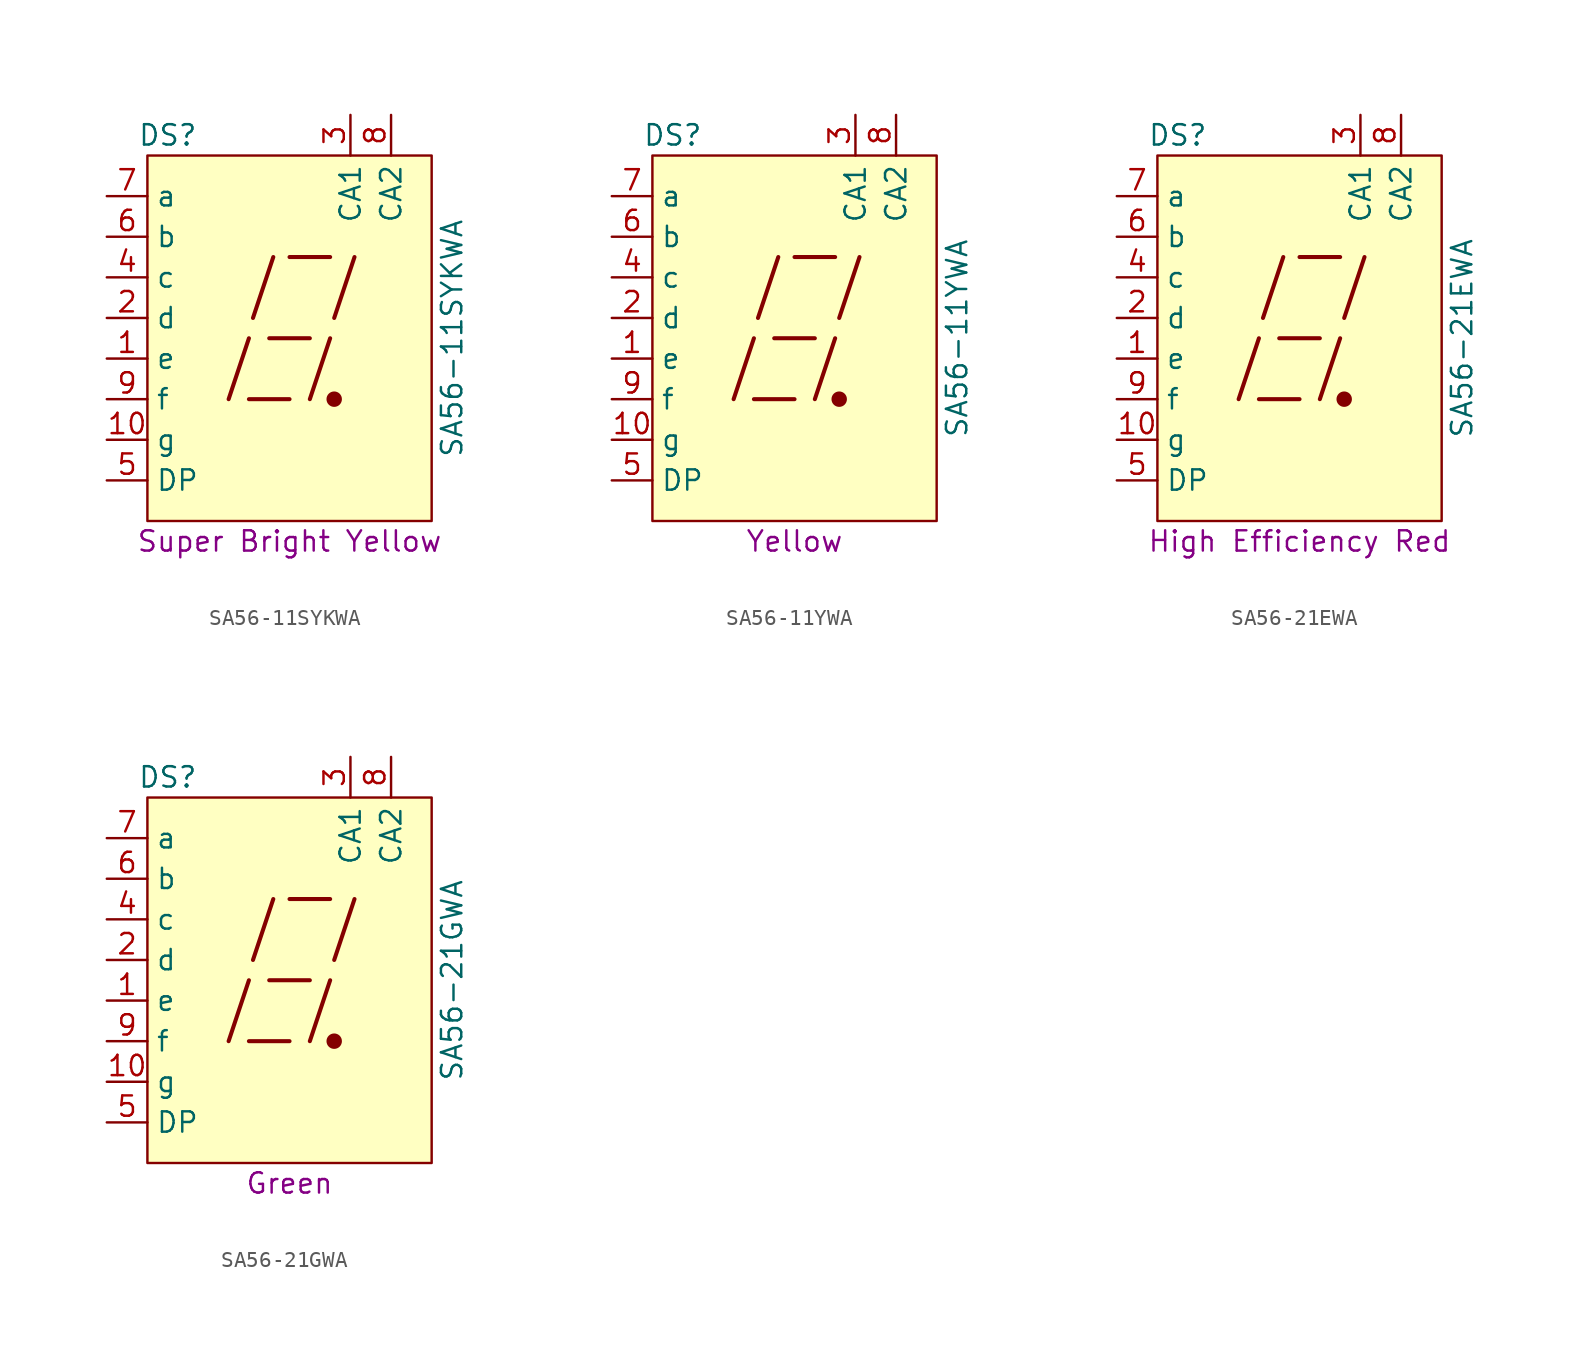
<source format=kicad_sym>
(kicad_symbol_lib
  (version 20211014)
  (generator kicad_symbol_editor)
  (symbol "SA56-11SYKWA"
    (property "Reference" "DS"
      (at -7.62 12.7 0)
      (effects (font (size 1.27 1.27))))
    (property "Value" "SA56-11SYKWA"
      (at 10.16 0 90)
      (effects (font (size 1.27 1.27))))
    (property "Color" "Super Bright Yellow"
      (at 0 -12.7 0)
      (effects (font (size 1.27 1.27))))
    (symbol "SA56-11SYKWA_0_0"
      (rectangle (start -8.89 11.43) (end 8.89 -11.43) (stroke (width 0) (type default) (color 0 0 0 0)) (fill (type background)))
      (polyline (pts (xy -3.81 -3.81) (xy -2.54 0)) (stroke (width 0.254) (type default) (color 0 0 0 0)) (fill (type none)))
      (polyline (pts (xy -2.54 -3.81) (xy 0 -3.81)) (stroke (width 0.254) (type default) (color 0 0 0 0)) (fill (type none)))
      (polyline (pts (xy -2.286 1.27) (xy -1.016 5.08)) (stroke (width 0.254) (type default) (color 0 0 0 0)) (fill (type none)))
      (polyline (pts (xy -1.27 0) (xy 1.27 0)) (stroke (width 0.254) (type default) (color 0 0 0 0)) (fill (type none)))
      (polyline (pts (xy 0 5.08) (xy 2.54 5.08)) (stroke (width 0.254) (type default) (color 0 0 0 0)) (fill (type none)))
      (polyline (pts (xy 1.27 -3.81) (xy 2.54 0)) (stroke (width 0.254) (type default) (color 0 0 0 0)) (fill (type none)))
      (polyline (pts (xy 2.794 1.27) (xy 4.064 5.08)) (stroke (width 0.254) (type default) (color 0 0 0 0)) (fill (type none))))
    (symbol "SA56-11SYKWA_0_1"
      (circle (center 2.794 -3.81) (radius 0.356) (stroke (width 0.254) (type default) (color 0 0 0 0)) (fill (type outline))))
    (symbol "SA56-11SYKWA_1_1"
      (pin passive line (at -11.43 -1.27 0) (length 2.54) (name "e" (effects (font (size 1.27 1.27)))) (number "1" (effects (font (size 1.27 1.27)))))
      (pin passive line (at -11.43 -6.35 0) (length 2.54) (name "g" (effects (font (size 1.27 1.27)))) (number "10" (effects (font (size 1.27 1.27)))))
      (pin passive line (at -11.43 1.27 0) (length 2.54) (name "d" (effects (font (size 1.27 1.27)))) (number "2" (effects (font (size 1.27 1.27)))))
      (pin passive line (at 3.81 13.97 270) (length 2.54) (name "CA1" (effects (font (size 1.27 1.27)))) (number "3" (effects (font (size 1.27 1.27)))))
      (pin passive line (at -11.43 3.81 0) (length 2.54) (name "c" (effects (font (size 1.27 1.27)))) (number "4" (effects (font (size 1.27 1.27)))))
      (pin passive line (at -11.43 -8.89 0) (length 2.54) (name "DP" (effects (font (size 1.27 1.27)))) (number "5" (effects (font (size 1.27 1.27)))))
      (pin passive line (at -11.43 6.35 0) (length 2.54) (name "b" (effects (font (size 1.27 1.27)))) (number "6" (effects (font (size 1.27 1.27)))))
      (pin passive line (at -11.43 8.89 0) (length 2.54) (name "a" (effects (font (size 1.27 1.27)))) (number "7" (effects (font (size 1.27 1.27)))))
      (pin passive line (at 6.35 13.97 270) (length 2.54) (name "CA2" (effects (font (size 1.27 1.27)))) (number "8" (effects (font (size 1.27 1.27)))))
      (pin passive line (at -11.43 -3.81 0) (length 2.54) (name "f" (effects (font (size 1.27 1.27)))) (number "9" (effects (font (size 1.27 1.27)))))))
  (symbol "SA56-11YWA"
    (property "Reference" "DS"
      (at -7.62 12.7 0)
      (effects (font (size 1.27 1.27))))
    (property "Value" "SA56-11YWA"
      (at 10.16 0 90)
      (effects (font (size 1.27 1.27))))
    (property "Color" "Yellow"
      (at 0 -12.7 0)
      (effects (font (size 1.27 1.27))))
    (symbol "SA56-11YWA_0_0"
      (rectangle (start -8.89 11.43) (end 8.89 -11.43) (stroke (width 0) (type default) (color 0 0 0 0)) (fill (type background)))
      (polyline (pts (xy -3.81 -3.81) (xy -2.54 0)) (stroke (width 0.254) (type default) (color 0 0 0 0)) (fill (type none)))
      (polyline (pts (xy -2.54 -3.81) (xy 0 -3.81)) (stroke (width 0.254) (type default) (color 0 0 0 0)) (fill (type none)))
      (polyline (pts (xy -2.286 1.27) (xy -1.016 5.08)) (stroke (width 0.254) (type default) (color 0 0 0 0)) (fill (type none)))
      (polyline (pts (xy -1.27 0) (xy 1.27 0)) (stroke (width 0.254) (type default) (color 0 0 0 0)) (fill (type none)))
      (polyline (pts (xy 0 5.08) (xy 2.54 5.08)) (stroke (width 0.254) (type default) (color 0 0 0 0)) (fill (type none)))
      (polyline (pts (xy 1.27 -3.81) (xy 2.54 0)) (stroke (width 0.254) (type default) (color 0 0 0 0)) (fill (type none)))
      (polyline (pts (xy 2.794 1.27) (xy 4.064 5.08)) (stroke (width 0.254) (type default) (color 0 0 0 0)) (fill (type none))))
    (symbol "SA56-11YWA_0_1"
      (circle (center 2.794 -3.81) (radius 0.356) (stroke (width 0.254) (type default) (color 0 0 0 0)) (fill (type outline))))
    (symbol "SA56-11YWA_1_1"
      (pin passive line (at -11.43 -1.27 0) (length 2.54) (name "e" (effects (font (size 1.27 1.27)))) (number "1" (effects (font (size 1.27 1.27)))))
      (pin passive line (at -11.43 -6.35 0) (length 2.54) (name "g" (effects (font (size 1.27 1.27)))) (number "10" (effects (font (size 1.27 1.27)))))
      (pin passive line (at -11.43 1.27 0) (length 2.54) (name "d" (effects (font (size 1.27 1.27)))) (number "2" (effects (font (size 1.27 1.27)))))
      (pin passive line (at 3.81 13.97 270) (length 2.54) (name "CA1" (effects (font (size 1.27 1.27)))) (number "3" (effects (font (size 1.27 1.27)))))
      (pin passive line (at -11.43 3.81 0) (length 2.54) (name "c" (effects (font (size 1.27 1.27)))) (number "4" (effects (font (size 1.27 1.27)))))
      (pin passive line (at -11.43 -8.89 0) (length 2.54) (name "DP" (effects (font (size 1.27 1.27)))) (number "5" (effects (font (size 1.27 1.27)))))
      (pin passive line (at -11.43 6.35 0) (length 2.54) (name "b" (effects (font (size 1.27 1.27)))) (number "6" (effects (font (size 1.27 1.27)))))
      (pin passive line (at -11.43 8.89 0) (length 2.54) (name "a" (effects (font (size 1.27 1.27)))) (number "7" (effects (font (size 1.27 1.27)))))
      (pin passive line (at 6.35 13.97 270) (length 2.54) (name "CA2" (effects (font (size 1.27 1.27)))) (number "8" (effects (font (size 1.27 1.27)))))
      (pin passive line (at -11.43 -3.81 0) (length 2.54) (name "f" (effects (font (size 1.27 1.27)))) (number "9" (effects (font (size 1.27 1.27)))))))
  (symbol "SA56-21EWA"
    (property "Reference" "DS"
      (at -7.62 12.7 0)
      (effects (font (size 1.27 1.27))))
    (property "Value" "SA56-21EWA"
      (at 10.16 0 90)
      (effects (font (size 1.27 1.27))))
    (property "Color" "High Efficiency Red"
      (at 0 -12.7 0)
      (effects (font (size 1.27 1.27))))
    (symbol "SA56-21EWA_0_0"
      (rectangle (start -8.89 11.43) (end 8.89 -11.43) (stroke (width 0) (type default) (color 0 0 0 0)) (fill (type background)))
      (polyline (pts (xy -3.81 -3.81) (xy -2.54 0)) (stroke (width 0.254) (type default) (color 0 0 0 0)) (fill (type none)))
      (polyline (pts (xy -2.54 -3.81) (xy 0 -3.81)) (stroke (width 0.254) (type default) (color 0 0 0 0)) (fill (type none)))
      (polyline (pts (xy -2.286 1.27) (xy -1.016 5.08)) (stroke (width 0.254) (type default) (color 0 0 0 0)) (fill (type none)))
      (polyline (pts (xy -1.27 0) (xy 1.27 0)) (stroke (width 0.254) (type default) (color 0 0 0 0)) (fill (type none)))
      (polyline (pts (xy 0 5.08) (xy 2.54 5.08)) (stroke (width 0.254) (type default) (color 0 0 0 0)) (fill (type none)))
      (polyline (pts (xy 1.27 -3.81) (xy 2.54 0)) (stroke (width 0.254) (type default) (color 0 0 0 0)) (fill (type none)))
      (polyline (pts (xy 2.794 1.27) (xy 4.064 5.08)) (stroke (width 0.254) (type default) (color 0 0 0 0)) (fill (type none))))
    (symbol "SA56-21EWA_0_1"
      (circle (center 2.794 -3.81) (radius 0.356) (stroke (width 0.254) (type default) (color 0 0 0 0)) (fill (type outline))))
    (symbol "SA56-21EWA_1_1"
      (pin passive line (at -11.43 -1.27 0) (length 2.54) (name "e" (effects (font (size 1.27 1.27)))) (number "1" (effects (font (size 1.27 1.27)))))
      (pin passive line (at -11.43 -6.35 0) (length 2.54) (name "g" (effects (font (size 1.27 1.27)))) (number "10" (effects (font (size 1.27 1.27)))))
      (pin passive line (at -11.43 1.27 0) (length 2.54) (name "d" (effects (font (size 1.27 1.27)))) (number "2" (effects (font (size 1.27 1.27)))))
      (pin passive line (at 3.81 13.97 270) (length 2.54) (name "CA1" (effects (font (size 1.27 1.27)))) (number "3" (effects (font (size 1.27 1.27)))))
      (pin passive line (at -11.43 3.81 0) (length 2.54) (name "c" (effects (font (size 1.27 1.27)))) (number "4" (effects (font (size 1.27 1.27)))))
      (pin passive line (at -11.43 -8.89 0) (length 2.54) (name "DP" (effects (font (size 1.27 1.27)))) (number "5" (effects (font (size 1.27 1.27)))))
      (pin passive line (at -11.43 6.35 0) (length 2.54) (name "b" (effects (font (size 1.27 1.27)))) (number "6" (effects (font (size 1.27 1.27)))))
      (pin passive line (at -11.43 8.89 0) (length 2.54) (name "a" (effects (font (size 1.27 1.27)))) (number "7" (effects (font (size 1.27 1.27)))))
      (pin passive line (at 6.35 13.97 270) (length 2.54) (name "CA2" (effects (font (size 1.27 1.27)))) (number "8" (effects (font (size 1.27 1.27)))))
      (pin passive line (at -11.43 -3.81 0) (length 2.54) (name "f" (effects (font (size 1.27 1.27)))) (number "9" (effects (font (size 1.27 1.27)))))))
  (symbol "SA56-21GWA"
    (property "Reference" "DS"
      (at -7.62 12.7 0)
      (effects (font (size 1.27 1.27))))
    (property "Value" "SA56-21GWA"
      (at 10.16 0 90)
      (effects (font (size 1.27 1.27))))
    (property "Color" "Green"
      (at 0 -12.7 0)
      (effects (font (size 1.27 1.27))))
    (symbol "SA56-21GWA_0_0"
      (rectangle (start -8.89 11.43) (end 8.89 -11.43) (stroke (width 0) (type default) (color 0 0 0 0)) (fill (type background)))
      (polyline (pts (xy -3.81 -3.81) (xy -2.54 0)) (stroke (width 0.254) (type default) (color 0 0 0 0)) (fill (type none)))
      (polyline (pts (xy -2.54 -3.81) (xy 0 -3.81)) (stroke (width 0.254) (type default) (color 0 0 0 0)) (fill (type none)))
      (polyline (pts (xy -2.286 1.27) (xy -1.016 5.08)) (stroke (width 0.254) (type default) (color 0 0 0 0)) (fill (type none)))
      (polyline (pts (xy -1.27 0) (xy 1.27 0)) (stroke (width 0.254) (type default) (color 0 0 0 0)) (fill (type none)))
      (polyline (pts (xy 0 5.08) (xy 2.54 5.08)) (stroke (width 0.254) (type default) (color 0 0 0 0)) (fill (type none)))
      (polyline (pts (xy 1.27 -3.81) (xy 2.54 0)) (stroke (width 0.254) (type default) (color 0 0 0 0)) (fill (type none)))
      (polyline (pts (xy 2.794 1.27) (xy 4.064 5.08)) (stroke (width 0.254) (type default) (color 0 0 0 0)) (fill (type none))))
    (symbol "SA56-21GWA_0_1"
      (circle (center 2.794 -3.81) (radius 0.356) (stroke (width 0.254) (type default) (color 0 0 0 0)) (fill (type outline))))
    (symbol "SA56-21GWA_1_1"
      (pin passive line (at -11.43 -1.27 0) (length 2.54) (name "e" (effects (font (size 1.27 1.27)))) (number "1" (effects (font (size 1.27 1.27)))))
      (pin passive line (at -11.43 -6.35 0) (length 2.54) (name "g" (effects (font (size 1.27 1.27)))) (number "10" (effects (font (size 1.27 1.27)))))
      (pin passive line (at -11.43 1.27 0) (length 2.54) (name "d" (effects (font (size 1.27 1.27)))) (number "2" (effects (font (size 1.27 1.27)))))
      (pin passive line (at 3.81 13.97 270) (length 2.54) (name "CA1" (effects (font (size 1.27 1.27)))) (number "3" (effects (font (size 1.27 1.27)))))
      (pin passive line (at -11.43 3.81 0) (length 2.54) (name "c" (effects (font (size 1.27 1.27)))) (number "4" (effects (font (size 1.27 1.27)))))
      (pin passive line (at -11.43 -8.89 0) (length 2.54) (name "DP" (effects (font (size 1.27 1.27)))) (number "5" (effects (font (size 1.27 1.27)))))
      (pin passive line (at -11.43 6.35 0) (length 2.54) (name "b" (effects (font (size 1.27 1.27)))) (number "6" (effects (font (size 1.27 1.27)))))
      (pin passive line (at -11.43 8.89 0) (length 2.54) (name "a" (effects (font (size 1.27 1.27)))) (number "7" (effects (font (size 1.27 1.27)))))
      (pin passive line (at 6.35 13.97 270) (length 2.54) (name "CA2" (effects (font (size 1.27 1.27)))) (number "8" (effects (font (size 1.27 1.27)))))
      (pin passive line (at -11.43 -3.81 0) (length 2.54) (name "f" (effects (font (size 1.27 1.27)))) (number "9" (effects (font (size 1.27 1.27))))))))
</source>
